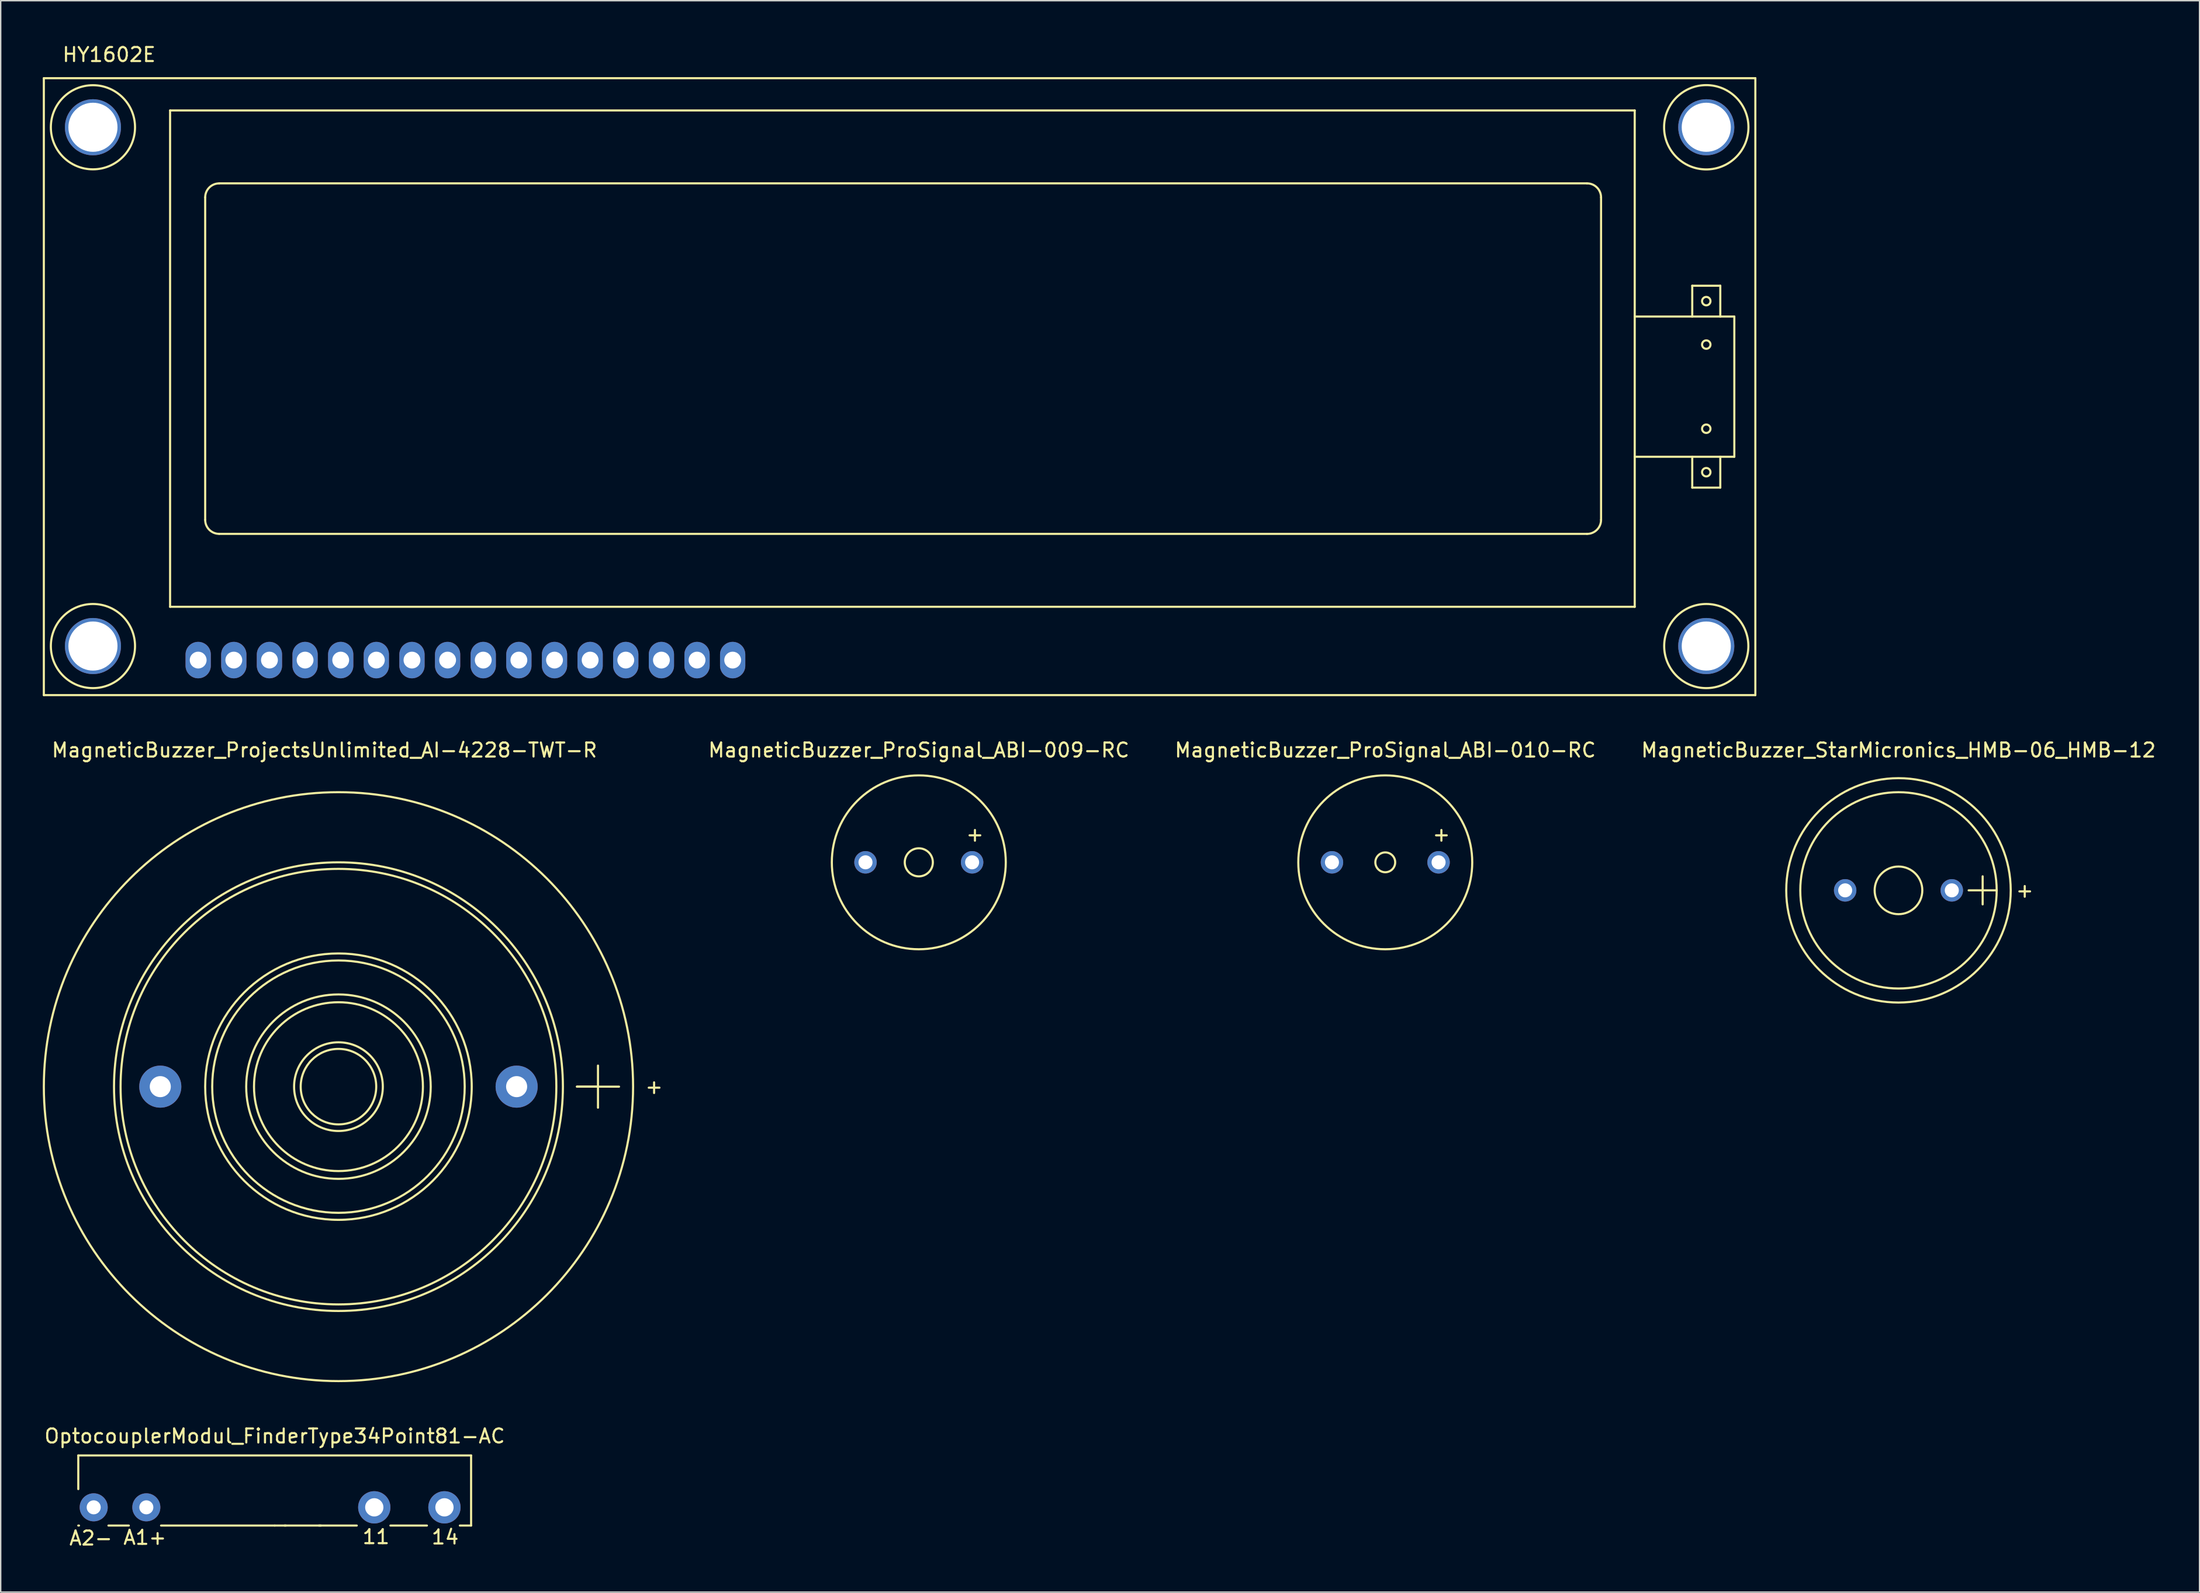
<source format=kicad_pcb>
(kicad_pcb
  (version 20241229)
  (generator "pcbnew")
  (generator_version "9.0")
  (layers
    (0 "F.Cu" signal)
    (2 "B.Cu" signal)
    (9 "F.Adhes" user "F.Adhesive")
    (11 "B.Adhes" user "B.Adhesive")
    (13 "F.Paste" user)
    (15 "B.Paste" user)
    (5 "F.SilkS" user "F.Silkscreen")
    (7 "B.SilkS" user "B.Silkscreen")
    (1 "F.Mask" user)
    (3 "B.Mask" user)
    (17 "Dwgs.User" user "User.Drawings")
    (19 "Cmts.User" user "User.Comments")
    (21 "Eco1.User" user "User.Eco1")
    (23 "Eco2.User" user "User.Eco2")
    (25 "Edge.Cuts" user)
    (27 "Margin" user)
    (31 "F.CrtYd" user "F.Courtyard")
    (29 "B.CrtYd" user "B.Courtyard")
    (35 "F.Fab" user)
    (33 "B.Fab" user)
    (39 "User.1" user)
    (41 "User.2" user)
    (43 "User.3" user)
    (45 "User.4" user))
  (footprint "HY1602E"
    (layer "F.Cu")
    (at 49.176 44.028)
    (property "Reference" "HY1602E" (at -44.45 -43.18 0) (layer "F.SilkS") (effects (font (size 1 1) (thickness 0.15))))
    (attr through_hole)
    (fp_line (start -49.101 -41.501) (end -49.101 2.499) (stroke (width 0.15) (type solid)) (layer "F.SilkS"))
    (fp_line (start -49.101 2.499) (end 72.898 2.499) (stroke (width 0.15) (type solid)) (layer "F.SilkS"))
    (fp_line (start -40.102 -39.2) (end 64.3 -39.2) (stroke (width 0.15) (type solid)) (layer "F.SilkS"))
    (fp_line (start -40.102 -3.8) (end -40.102 -39.2) (stroke (width 0.15) (type solid)) (layer "F.SilkS"))
    (fp_line (start -37.6 -10) (end -37.6 -33) (stroke (width 0.15) (type solid)) (layer "F.SilkS"))
    (fp_line (start -36.601 -34) (end 60.899 -34) (stroke (width 0.15) (type solid)) (layer "F.SilkS"))
    (fp_line (start 60.899 -9.002) (end -36.601 -9.002) (stroke (width 0.15) (type solid)) (layer "F.SilkS"))
    (fp_line (start 61.9 -33) (end 61.9 -10) (stroke (width 0.15) (type solid)) (layer "F.SilkS"))
    (fp_line (start 64.3 -39.2) (end 64.3 -3.8) (stroke (width 0.15) (type solid)) (layer "F.SilkS"))
    (fp_line (start 64.3 -24.501) (end 71.399 -24.501) (stroke (width 0.15) (type solid)) (layer "F.SilkS"))
    (fp_line (start 64.3 -3.8) (end -40.102 -3.8) (stroke (width 0.15) (type solid)) (layer "F.SilkS"))
    (fp_line (start 68.4 -26.7) (end 70.399 -26.7) (stroke (width 0.15) (type solid)) (layer "F.SilkS"))
    (fp_line (start 68.4 -24.501) (end 68.4 -26.7) (stroke (width 0.15) (type solid)) (layer "F.SilkS"))
    (fp_line (start 68.4 -14.501) (end 68.4 -12.301) (stroke (width 0.15) (type solid)) (layer "F.SilkS"))
    (fp_line (start 68.4 -12.301) (end 70.399 -12.301) (stroke (width 0.15) (type solid)) (layer "F.SilkS"))
    (fp_line (start 70.399 -26.7) (end 70.399 -24.501) (stroke (width 0.15) (type solid)) (layer "F.SilkS"))
    (fp_line (start 70.399 -12.301) (end 70.399 -14.501) (stroke (width 0.15) (type solid)) (layer "F.SilkS"))
    (fp_line (start 71.399 -24.501) (end 71.399 -14.501) (stroke (width 0.15) (type solid)) (layer "F.SilkS"))
    (fp_line (start 71.399 -14.501) (end 64.3 -14.501) (stroke (width 0.15) (type solid)) (layer "F.SilkS"))
    (fp_line (start 72.898 -41.501) (end -49.101 -41.501) (stroke (width 0.15) (type solid)) (layer "F.SilkS"))
    (fp_line (start 72.898 2.499) (end 72.898 -41.501) (stroke (width 0.15) (type solid)) (layer "F.SilkS"))
    (fp_arc (start -37.59962 -32.99968) (mid -37.307248 -33.705528) (end -36.6014 -33.9979) (stroke (width 0.15) (type solid)) (layer "F.SilkS"))
    (fp_arc (start -36.6014 -9.00176) (mid -37.307248 -9.294132) (end -37.59962 -9.99998) (stroke (width 0.15) (type solid)) (layer "F.SilkS"))
    (fp_arc (start 60.89904 -34.00044) (mid 61.606684 -33.707324) (end 61.8998 -32.99968) (stroke (width 0.15) (type solid)) (layer "F.SilkS"))
    (fp_arc (start 61.8998 -9.99998) (mid 61.606684 -9.292336) (end 60.89904 -8.99922) (stroke (width 0.15) (type solid)) (layer "F.SilkS"))
    (fp_circle (center -45.601 -38.001) (end -42.601 -38.001) (stroke (width 0.15) (type solid)) (fill no) (layer "F.SilkS"))
    (fp_circle (center -45.601 -1.001) (end -42.601 -1.001) (stroke (width 0.15) (type solid)) (fill no) (layer "F.SilkS"))
    (fp_circle (center 69.4 -38.001) (end 72.4 -37.8) (stroke (width 0.15) (type solid)) (fill no) (layer "F.SilkS"))
    (fp_circle (center 69.4 -25.601) (end 69.7 -25.601) (stroke (width 0.15) (type solid)) (fill no) (layer "F.SilkS"))
    (fp_circle (center 69.4 -22.502) (end 69.7 -22.502) (stroke (width 0.15) (type solid)) (fill no) (layer "F.SilkS"))
    (fp_circle (center 69.4 -16.5) (end 69.7 -16.5) (stroke (width 0.15) (type solid)) (fill no) (layer "F.SilkS"))
    (fp_circle (center 69.4 -13.401) (end 69.7 -13.401) (stroke (width 0.15) (type solid)) (fill no) (layer "F.SilkS"))
    (fp_circle (center 69.4 -1.001) (end 72.4 -1.001) (stroke (width 0.15) (type solid)) (fill no) (layer "F.SilkS"))
    (pad "0" thru_hole circle (at -45.601 -38.001) (size 4 4) (drill 3.5) (layers "*.Cu" "*.Mask"))
    (pad "0" thru_hole circle (at -45.601 -1.001) (size 4 4) (drill 3.5) (layers "*.Cu" "*.Mask"))
    (pad "0" thru_hole circle (at 69.4 -38.001) (size 4 4) (drill 3.5) (layers "*.Cu" "*.Mask"))
    (pad "0" thru_hole circle (at 69.4 -1.001) (size 4 4) (drill 3.5) (layers "*.Cu" "*.Mask"))
    (pad "1" thru_hole oval (at 0 0) (size 1.8 2.6) (drill 1.2) (layers "*.Cu" "*.Mask"))
    (pad "2" thru_hole oval (at -2.54 0) (size 1.8 2.6) (drill 1.2) (layers "*.Cu" "*.Mask"))
    (pad "3" thru_hole oval (at -5.08 0) (size 1.8 2.6) (drill 1.2) (layers "*.Cu" "*.Mask"))
    (pad "4" thru_hole oval (at -7.62 0) (size 1.8 2.6) (drill 1.2) (layers "*.Cu" "*.Mask"))
    (pad "5" thru_hole oval (at -10.16 0) (size 1.8 2.6) (drill 1.2) (layers "*.Cu" "*.Mask"))
    (pad "6" thru_hole oval (at -12.7 0) (size 1.8 2.6) (drill 1.2) (layers "*.Cu" "*.Mask"))
    (pad "7" thru_hole oval (at -15.24 0) (size 1.8 2.6) (drill 1.2) (layers "*.Cu" "*.Mask"))
    (pad "8" thru_hole oval (at -17.78 0) (size 1.8 2.6) (drill 1.2) (layers "*.Cu" "*.Mask"))
    (pad "9" thru_hole oval (at -20.32 0) (size 1.8 2.6) (drill 1.2) (layers "*.Cu" "*.Mask"))
    (pad "10" thru_hole oval (at -22.86 0) (size 1.8 2.6) (drill 1.2) (layers "*.Cu" "*.Mask"))
    (pad "11" thru_hole oval (at -25.4 0) (size 1.8 2.6) (drill 1.2) (layers "*.Cu" "*.Mask"))
    (pad "12" thru_hole oval (at -27.94 0) (size 1.8 2.6) (drill 1.2) (layers "*.Cu" "*.Mask"))
    (pad "13" thru_hole oval (at -30.48 0) (size 1.8 2.6) (drill 1.2) (layers "*.Cu" "*.Mask"))
    (pad "14" thru_hole oval (at -33.02 0) (size 1.8 2.6) (drill 1.2) (layers "*.Cu" "*.Mask"))
    (pad "15" thru_hole oval (at -35.56 0) (size 1.8 2.6) (drill 1.2) (layers "*.Cu" "*.Mask"))
    (pad "16" thru_hole oval (at -38.1 0) (size 1.8 2.6) (drill 1.2) (layers "*.Cu" "*.Mask")))
  (footprint "MagneticBuzzer_ProSignal_ABI-009-RC"
    (layer "F.Cu")
    (at 58.634 58.452)
    (property "Reference" "MagneticBuzzer_ProSignal_ABI-009-RC" (at 3.81 -8.001 0) (layer "F.SilkS") (effects (font (size 1 1) (thickness 0.15))))
    (attr through_hole)
    (fp_circle (center 3.81 0) (end 4.811 0) (stroke (width 0.15) (type solid)) (fill no) (layer "F.SilkS"))
    (fp_circle (center 3.81 0) (end 10.01 0) (stroke (width 0.15) (type solid)) (fill no) (layer "F.SilkS"))
    (fp_text user "+" (at 7.811 -1.999 0) (layer "F.SilkS") (effects (font (size 1 1) (thickness 0.15))))
    (pad "1" thru_hole circle (at 0.01 0) (size 1.6 1.6) (drill 1.001) (layers "*.Cu" "*.Mask"))
    (pad "2" thru_hole circle (at 7.61 0) (size 1.6 1.6) (drill 1.001) (layers "*.Cu" "*.Mask")))
  (footprint "MagneticBuzzer_ProjectsUnlimited_AI-4228-TWT-R"
    (layer "F.Cu")
    (at 8.376 74.451)
    (property "Reference" "MagneticBuzzer_ProjectsUnlimited_AI-4228-TWT-R" (at 11.699 -24 0) (layer "F.SilkS") (effects (font (size 1 1) (thickness 0.15))))
    (attr through_hole)
    (fp_line (start 29.7 0) (end 32.7 0) (stroke (width 0.15) (type solid)) (layer "F.SilkS"))
    (fp_line (start 31.199 0) (end 29.7 0) (stroke (width 0.15) (type solid)) (layer "F.SilkS"))
    (fp_line (start 31.199 0) (end 31.199 -1.501) (stroke (width 0.15) (type solid)) (layer "F.SilkS"))
    (fp_line (start 31.199 0) (end 31.199 1.501) (stroke (width 0.15) (type solid)) (layer "F.SilkS"))
    (fp_circle (center 12.7 0) (end 15.199 1.001) (stroke (width 0.15) (type solid)) (fill no) (layer "F.SilkS"))
    (fp_circle (center 12.7 0) (end 15.7 1.001) (stroke (width 0.15) (type solid)) (fill no) (layer "F.SilkS"))
    (fp_circle (center 12.7 0) (end 18.699 0.5) (stroke (width 0.15) (type solid)) (fill no) (layer "F.SilkS"))
    (fp_circle (center 12.7 0) (end 19.2 1.001) (stroke (width 0.15) (type solid)) (fill no) (layer "F.SilkS"))
    (fp_circle (center 12.7 0) (end 21.699 0) (stroke (width 0.15) (type solid)) (fill no) (layer "F.SilkS"))
    (fp_circle (center 12.7 0) (end 22.2 0) (stroke (width 0.15) (type solid)) (fill no) (layer "F.SilkS"))
    (fp_circle (center 12.7 0) (end 28.199 1.001) (stroke (width 0.15) (type solid)) (fill no) (layer "F.SilkS"))
    (fp_circle (center 12.7 0) (end 28.699 0) (stroke (width 0.15) (type solid)) (fill no) (layer "F.SilkS"))
    (fp_circle (center 12.7 0) (end 33.701 0) (stroke (width 0.15) (type solid)) (fill no) (layer "F.SilkS"))
    (fp_text user "+" (at 35.199 0 0) (layer "F.SilkS") (effects (font (size 1 1) (thickness 0.15))))
    (pad "1" thru_hole circle (at 0 0) (size 3 3) (drill 1.501) (layers "*.Cu" "*.Mask"))
    (pad "2" thru_hole circle (at 25.4 0) (size 3 3) (drill 1.501) (layers "*.Cu" "*.Mask")))
  (footprint "MagneticBuzzer_StarMicronics_HMB-06_HMB-12"
    (layer "F.Cu")
    (at 128.467 60.451)
    (property "Reference" "MagneticBuzzer_StarMicronics_HMB-06_HMB-12" (at 3.81 -10 0) (layer "F.SilkS") (effects (font (size 1 1) (thickness 0.15))))
    (attr through_hole)
    (fp_line (start 8.811 0) (end 10.81 0) (stroke (width 0.15) (type solid)) (layer "F.SilkS"))
    (fp_line (start 9.809 -1.001) (end 9.809 1.001) (stroke (width 0.15) (type solid)) (layer "F.SilkS"))
    (fp_circle (center 3.81 0) (end 5.509 0) (stroke (width 0.15) (type solid)) (fill no) (layer "F.SilkS"))
    (fp_circle (center 3.81 0) (end 10.81 0) (stroke (width 0.15) (type solid)) (fill no) (layer "F.SilkS"))
    (fp_circle (center 3.81 0) (end 11.811 0) (stroke (width 0.15) (type solid)) (fill no) (layer "F.SilkS"))
    (fp_text user "+" (at 12.809 0 0) (layer "F.SilkS") (effects (font (size 1 1) (thickness 0.15))))
    (pad "1" thru_hole circle (at 0.01 0) (size 1.6 1.6) (drill 1.001) (layers "*.Cu" "*.Mask"))
    (pad "2" thru_hole circle (at 7.61 0) (size 1.6 1.6) (drill 1.001) (layers "*.Cu" "*.Mask")))
  (footprint "MagneticBuzzer_ProSignal_ABI-010-RC"
    (layer "F.Cu")
    (at 91.884 58.452)
    (property "Reference" "MagneticBuzzer_ProSignal_ABI-010-RC" (at 3.81 -8.001 0) (layer "F.SilkS") (effects (font (size 1 1) (thickness 0.15))))
    (attr through_hole)
    (fp_circle (center 3.81 0) (end 4.31 0.5) (stroke (width 0.15) (type solid)) (fill no) (layer "F.SilkS"))
    (fp_circle (center 3.81 0) (end 10.01 0) (stroke (width 0.15) (type solid)) (fill no) (layer "F.SilkS"))
    (fp_text user "+" (at 7.811 -1.999 0) (layer "F.SilkS") (effects (font (size 1 1) (thickness 0.15))))
    (pad "1" thru_hole circle (at 0.01 0) (size 1.6 1.6) (drill 1.001) (layers "*.Cu" "*.Mask"))
    (pad "2" thru_hole circle (at 7.61 0) (size 1.6 1.6) (drill 1.001) (layers "*.Cu" "*.Mask")))
  (footprint "OptocouplerModul_FinderType34Point81-AC"
    (layer "F.Cu")
    (at 16.53 104.455)
    (property "Reference" "OptocouplerModul_FinderType34Point81-AC" (at 0 -5.08 0) (layer "F.SilkS") (effects (font (size 1 1) (thickness 0.15))))
    (attr through_hole)
    (fp_line (start -14 -3.701) (end -14 -1.3) (stroke (width 0.15) (type solid)) (layer "F.SilkS"))
    (fp_line (start -14 1.3) (end -13.95 1.3) (stroke (width 0.15) (type solid)) (layer "F.SilkS"))
    (fp_line (start -11.849 1.3) (end -10.399 1.3) (stroke (width 0.15) (type solid)) (layer "F.SilkS"))
    (fp_line (start -8.1 1.3) (end 0 1.3) (stroke (width 0.15) (type solid)) (layer "F.SilkS"))
    (fp_line (start 0 1.3) (end 0.8 1.3) (stroke (width 0.15) (type solid)) (layer "F.SilkS"))
    (fp_line (start 3.15 1.3) (end 5.85 1.3) (stroke (width 0.15) (type solid)) (layer "F.SilkS"))
    (fp_line (start 3.299 1.3) (end 0.701 1.3) (stroke (width 0.15) (type solid)) (layer "F.SilkS"))
    (fp_line (start 8.25 1.3) (end 10.851 1.3) (stroke (width 0.15) (type solid)) (layer "F.SilkS"))
    (fp_line (start 13.2 1.3) (end 14 1.3) (stroke (width 0.15) (type solid)) (layer "F.SilkS"))
    (fp_line (start 14 -3.701) (end -14 -3.701) (stroke (width 0.15) (type solid)) (layer "F.SilkS"))
    (fp_line (start 14 1.3) (end 14 -3.701) (stroke (width 0.15) (type solid)) (layer "F.SilkS"))
    (fp_text user "14" (at 12.149 2.123 0) (layer "F.SilkS") (effects (font (size 1 1) (thickness 0.15))))
    (fp_text user "11" (at 7.224 2.101 0) (layer "F.SilkS") (effects (font (size 1 1) (thickness 0.15))))
    (fp_text user "A1+" (at -9.251 2.149 0) (layer "F.SilkS") (effects (font (size 1 1) (thickness 0.15))))
    (fp_text user "A2-" (at -13.101 2.197 0) (layer "F.SilkS") (effects (font (size 1 1) (thickness 0.15))))
    (pad "11" thru_hole circle (at 7.099 0) (size 2.301 2.301) (drill 1.3) (layers "*.Cu" "*.Mask"))
    (pad "14" thru_hole circle (at 12.101 0) (size 2.301 2.301) (drill 1.3) (layers "*.Cu" "*.Mask"))
    (pad "A1" thru_hole circle (at -9.149 0) (size 1.999 1.999) (drill 1.001) (layers "*.Cu" "*.Mask"))
    (pad "A2" thru_hole circle (at -12.901 0) (size 1.999 1.999) (drill 1.001) (layers "*.Cu" "*.Mask")))
  (gr_rect
    (start -3 -3)
    (end 153.736 110.501)
    (stroke (width 0.1) (type default))
    (fill no)
    (layer "Edge.Cuts")))
</source>
